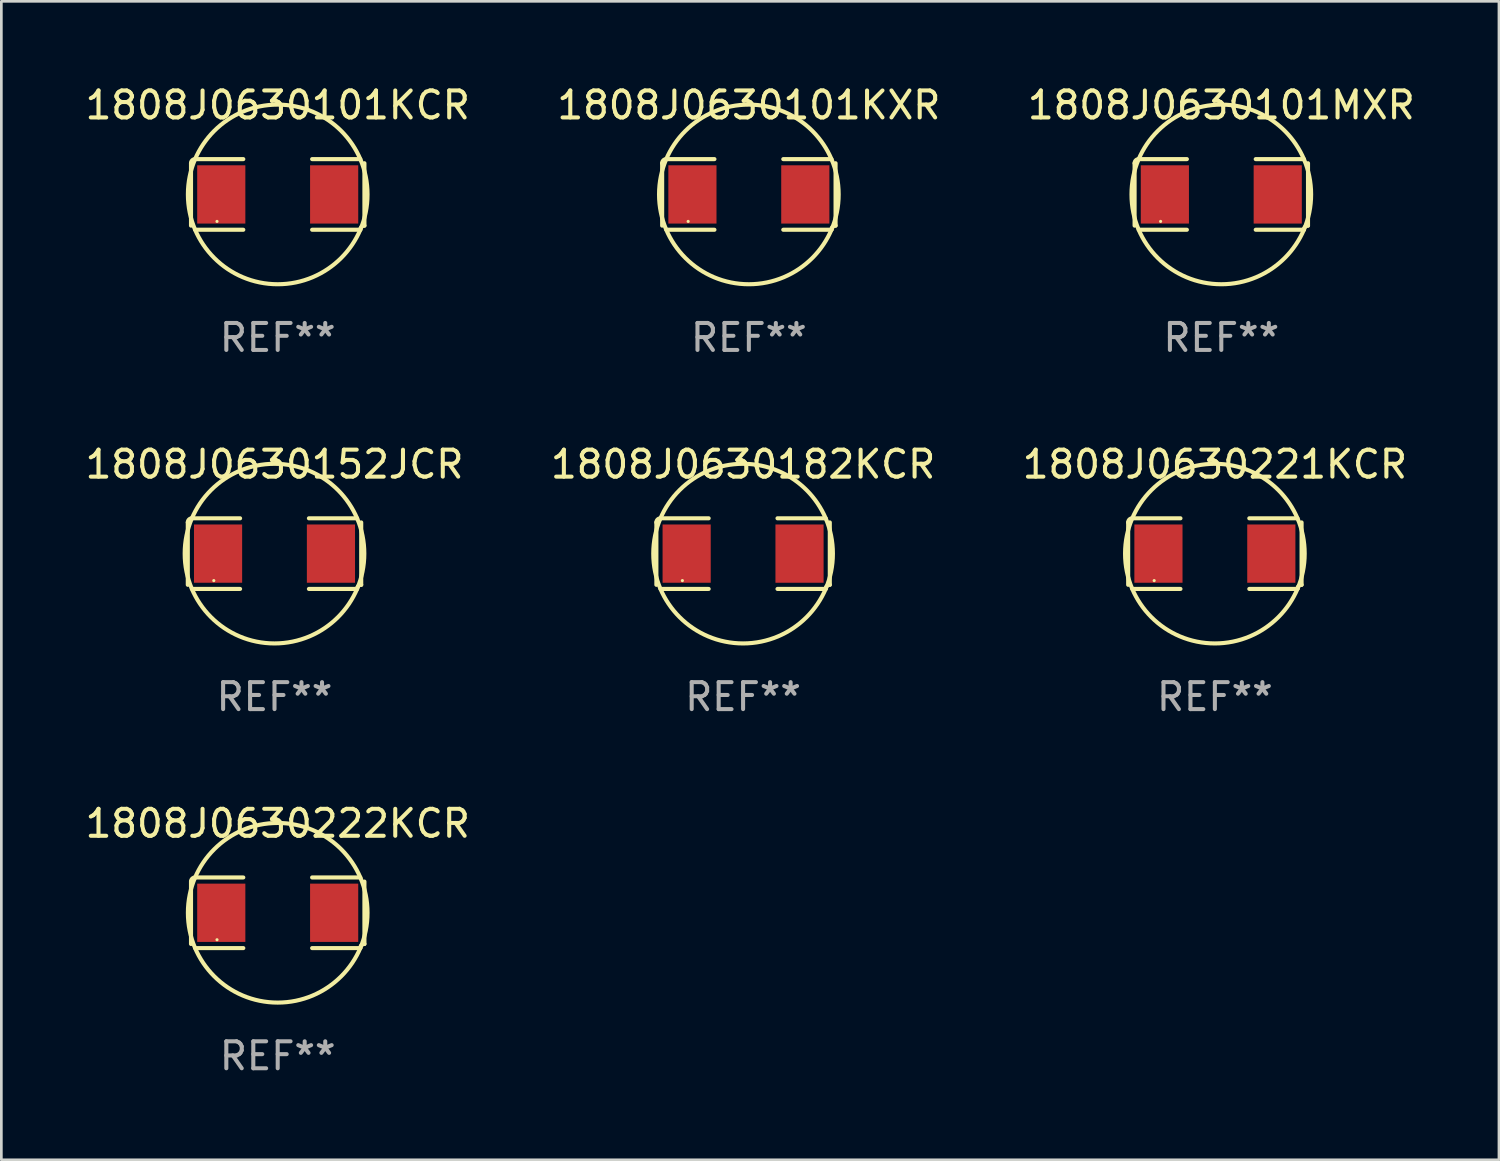
<source format=kicad_pcb>
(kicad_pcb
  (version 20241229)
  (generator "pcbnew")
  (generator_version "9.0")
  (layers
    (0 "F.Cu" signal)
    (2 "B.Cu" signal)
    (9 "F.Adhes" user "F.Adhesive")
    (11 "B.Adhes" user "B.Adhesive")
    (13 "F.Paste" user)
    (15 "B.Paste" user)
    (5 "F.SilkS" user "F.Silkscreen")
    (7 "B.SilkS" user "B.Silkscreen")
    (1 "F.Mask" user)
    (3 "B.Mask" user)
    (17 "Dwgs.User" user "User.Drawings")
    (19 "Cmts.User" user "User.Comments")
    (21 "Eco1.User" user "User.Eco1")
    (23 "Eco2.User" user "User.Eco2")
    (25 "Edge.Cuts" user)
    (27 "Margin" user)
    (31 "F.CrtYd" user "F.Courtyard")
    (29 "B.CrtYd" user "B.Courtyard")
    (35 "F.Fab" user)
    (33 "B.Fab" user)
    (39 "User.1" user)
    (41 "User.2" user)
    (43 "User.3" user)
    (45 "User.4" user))
  (footprint "1808J0630152JCR"
    (layer "F.Cu")
    (at 7.125 17.471)
    (property "Reference" "1808J0630152JCR" (at 0 -3.309 0) (layer "F.SilkS") (effects (font (size 1 1) (thickness 0.15))))
    (attr through_hole)
    (fp_line (start -3.214 -1.156) (end -3.214 1.156) (stroke (width 0.152) (type solid)) (layer "F.SilkS"))
    (fp_line (start -3.061 1.309) (end -1.276 1.309) (stroke (width 0.152) (type solid)) (layer "F.SilkS"))
    (fp_line (start -1.276 -1.309) (end -3.061 -1.309) (stroke (width 0.152) (type solid)) (layer "F.SilkS"))
    (fp_line (start 1.276 -1.309) (end 3.061 -1.309) (stroke (width 0.152) (type solid)) (layer "F.SilkS"))
    (fp_line (start 3.061 1.309) (end 1.276 1.309) (stroke (width 0.152) (type solid)) (layer "F.SilkS"))
    (fp_line (start 3.214 -1.156) (end 3.214 1.156) (stroke (width 0.152) (type solid)) (layer "F.SilkS"))
    (fp_arc (start -3.21359 -1.15621) (mid -3.168953 -1.263974) (end -3.061189 -1.308611) (stroke (width 0.1524) (type solid)) (layer "F.SilkS"))
    (fp_arc (start 3.061188 1.308611) (mid 3.105825 1.200847) (end 3.213589 1.15621) (stroke (width 0.1524) (type solid)) (layer "F.SilkS"))
    (fp_arc (start 3.061189 -1.308611) (mid -3.061167 1.308589) (end 3.061189 -1.308611) (stroke (width 0.1524) (type solid)) (layer "F.SilkS"))
    (fp_circle (center -2.25 1) (end -2.22 1) (stroke (width 0.06) (type solid)) (fill no) (layer "F.SilkS"))
    (fp_text user "REF**" (at 0 5.309 0) (layer "F.Fab") (effects (font (size 1 1) (thickness 0.15))))
    (pad "1" smd rect (at -2.092 0) (size 1.785 2.16) (layers "F.Cu" "F.Mask" "F.Paste"))
    (pad "2" smd rect (at 2.092 0) (size 1.785 2.16) (layers "F.Cu" "F.Mask" "F.Paste")))
  (footprint "1808J0630101KXR"
    (layer "F.Cu")
    (at 24.708 4.157)
    (property "Reference" "1808J0630101KXR" (at 0 -3.309 0) (layer "F.SilkS") (effects (font (size 1 1) (thickness 0.15))))
    (attr through_hole)
    (fp_line (start -3.214 -1.156) (end -3.214 1.156) (stroke (width 0.152) (type solid)) (layer "F.SilkS"))
    (fp_line (start -3.061 1.309) (end -1.276 1.309) (stroke (width 0.152) (type solid)) (layer "F.SilkS"))
    (fp_line (start -1.276 -1.309) (end -3.061 -1.309) (stroke (width 0.152) (type solid)) (layer "F.SilkS"))
    (fp_line (start 1.276 -1.309) (end 3.061 -1.309) (stroke (width 0.152) (type solid)) (layer "F.SilkS"))
    (fp_line (start 3.061 1.309) (end 1.276 1.309) (stroke (width 0.152) (type solid)) (layer "F.SilkS"))
    (fp_line (start 3.214 -1.156) (end 3.214 1.156) (stroke (width 0.152) (type solid)) (layer "F.SilkS"))
    (fp_arc (start -3.21359 -1.15621) (mid -3.168953 -1.263974) (end -3.061189 -1.308611) (stroke (width 0.1524) (type solid)) (layer "F.SilkS"))
    (fp_arc (start 3.061188 1.308611) (mid 3.105825 1.200847) (end 3.213589 1.15621) (stroke (width 0.1524) (type solid)) (layer "F.SilkS"))
    (fp_arc (start 3.061189 -1.308611) (mid -3.061167 1.308589) (end 3.061189 -1.308611) (stroke (width 0.1524) (type solid)) (layer "F.SilkS"))
    (fp_circle (center -2.25 1) (end -2.22 1) (stroke (width 0.06) (type solid)) (fill no) (layer "F.SilkS"))
    (fp_text user "REF**" (at 0 5.309 0) (layer "F.Fab") (effects (font (size 1 1) (thickness 0.15))))
    (pad "1" smd rect (at -2.092 0) (size 1.785 2.16) (layers "F.Cu" "F.Mask" "F.Paste"))
    (pad "2" smd rect (at 2.092 0) (size 1.785 2.16) (layers "F.Cu" "F.Mask" "F.Paste")))
  (footprint "1808J0630182KCR"
    (layer "F.Cu")
    (at 24.494 17.471)
    (property "Reference" "1808J0630182KCR" (at 0 -3.309 0) (layer "F.SilkS") (effects (font (size 1 1) (thickness 0.15))))
    (attr through_hole)
    (fp_line (start -3.214 -1.156) (end -3.214 1.156) (stroke (width 0.152) (type solid)) (layer "F.SilkS"))
    (fp_line (start -3.061 1.309) (end -1.276 1.309) (stroke (width 0.152) (type solid)) (layer "F.SilkS"))
    (fp_line (start -1.276 -1.309) (end -3.061 -1.309) (stroke (width 0.152) (type solid)) (layer "F.SilkS"))
    (fp_line (start 1.276 -1.309) (end 3.061 -1.309) (stroke (width 0.152) (type solid)) (layer "F.SilkS"))
    (fp_line (start 3.061 1.309) (end 1.276 1.309) (stroke (width 0.152) (type solid)) (layer "F.SilkS"))
    (fp_line (start 3.214 -1.156) (end 3.214 1.156) (stroke (width 0.152) (type solid)) (layer "F.SilkS"))
    (fp_arc (start -3.21359 -1.15621) (mid -3.168953 -1.263974) (end -3.061189 -1.308611) (stroke (width 0.1524) (type solid)) (layer "F.SilkS"))
    (fp_arc (start 3.061188 1.308611) (mid 3.105825 1.200847) (end 3.213589 1.15621) (stroke (width 0.1524) (type solid)) (layer "F.SilkS"))
    (fp_arc (start 3.061189 -1.308611) (mid -3.061167 1.308589) (end 3.061189 -1.308611) (stroke (width 0.1524) (type solid)) (layer "F.SilkS"))
    (fp_circle (center -2.25 1) (end -2.22 1) (stroke (width 0.06) (type solid)) (fill no) (layer "F.SilkS"))
    (fp_text user "REF**" (at 0 5.309 0) (layer "F.Fab") (effects (font (size 1 1) (thickness 0.15))))
    (pad "1" smd rect (at -2.092 0) (size 1.785 2.16) (layers "F.Cu" "F.Mask" "F.Paste"))
    (pad "2" smd rect (at 2.092 0) (size 1.785 2.16) (layers "F.Cu" "F.Mask" "F.Paste")))
  (footprint "1808J0630222KCR"
    (layer "F.Cu")
    (at 7.244 30.784)
    (property "Reference" "1808J0630222KCR" (at 0 -3.309 0) (layer "F.SilkS") (effects (font (size 1 1) (thickness 0.15))))
    (attr through_hole)
    (fp_line (start -3.214 -1.156) (end -3.214 1.156) (stroke (width 0.152) (type solid)) (layer "F.SilkS"))
    (fp_line (start -3.061 1.309) (end -1.276 1.309) (stroke (width 0.152) (type solid)) (layer "F.SilkS"))
    (fp_line (start -1.276 -1.309) (end -3.061 -1.309) (stroke (width 0.152) (type solid)) (layer "F.SilkS"))
    (fp_line (start 1.276 -1.309) (end 3.061 -1.309) (stroke (width 0.152) (type solid)) (layer "F.SilkS"))
    (fp_line (start 3.061 1.309) (end 1.276 1.309) (stroke (width 0.152) (type solid)) (layer "F.SilkS"))
    (fp_line (start 3.214 -1.156) (end 3.214 1.156) (stroke (width 0.152) (type solid)) (layer "F.SilkS"))
    (fp_arc (start -3.21359 -1.15621) (mid -3.168953 -1.263974) (end -3.061189 -1.308611) (stroke (width 0.1524) (type solid)) (layer "F.SilkS"))
    (fp_arc (start 3.061188 1.308611) (mid 3.105825 1.200847) (end 3.213589 1.15621) (stroke (width 0.1524) (type solid)) (layer "F.SilkS"))
    (fp_arc (start 3.061189 -1.308611) (mid -3.061167 1.308589) (end 3.061189 -1.308611) (stroke (width 0.1524) (type solid)) (layer "F.SilkS"))
    (fp_circle (center -2.25 1) (end -2.22 1) (stroke (width 0.06) (type solid)) (fill no) (layer "F.SilkS"))
    (fp_text user "REF**" (at 0 5.309 0) (layer "F.Fab") (effects (font (size 1 1) (thickness 0.15))))
    (pad "1" smd rect (at -2.092 0) (size 1.785 2.16) (layers "F.Cu" "F.Mask" "F.Paste"))
    (pad "2" smd rect (at 2.092 0) (size 1.785 2.16) (layers "F.Cu" "F.Mask" "F.Paste")))
  (footprint "1808J0630101MXR"
    (layer "F.Cu")
    (at 42.22 4.157)
    (property "Reference" "1808J0630101MXR" (at 0 -3.309 0) (layer "F.SilkS") (effects (font (size 1 1) (thickness 0.15))))
    (attr through_hole)
    (fp_line (start -3.214 -1.156) (end -3.214 1.156) (stroke (width 0.152) (type solid)) (layer "F.SilkS"))
    (fp_line (start -3.061 1.309) (end -1.276 1.309) (stroke (width 0.152) (type solid)) (layer "F.SilkS"))
    (fp_line (start -1.276 -1.309) (end -3.061 -1.309) (stroke (width 0.152) (type solid)) (layer "F.SilkS"))
    (fp_line (start 1.276 -1.309) (end 3.061 -1.309) (stroke (width 0.152) (type solid)) (layer "F.SilkS"))
    (fp_line (start 3.061 1.309) (end 1.276 1.309) (stroke (width 0.152) (type solid)) (layer "F.SilkS"))
    (fp_line (start 3.214 -1.156) (end 3.214 1.156) (stroke (width 0.152) (type solid)) (layer "F.SilkS"))
    (fp_arc (start -3.21359 -1.15621) (mid -3.168953 -1.263974) (end -3.061189 -1.308611) (stroke (width 0.1524) (type solid)) (layer "F.SilkS"))
    (fp_arc (start 3.061188 1.308611) (mid 3.105825 1.200847) (end 3.213589 1.15621) (stroke (width 0.1524) (type solid)) (layer "F.SilkS"))
    (fp_arc (start 3.061189 -1.308611) (mid -3.061167 1.308589) (end 3.061189 -1.308611) (stroke (width 0.1524) (type solid)) (layer "F.SilkS"))
    (fp_circle (center -2.25 1) (end -2.22 1) (stroke (width 0.06) (type solid)) (fill no) (layer "F.SilkS"))
    (fp_text user "REF**" (at 0 5.309 0) (layer "F.Fab") (effects (font (size 1 1) (thickness 0.15))))
    (pad "1" smd rect (at -2.092 0) (size 1.785 2.16) (layers "F.Cu" "F.Mask" "F.Paste"))
    (pad "2" smd rect (at 2.092 0) (size 1.785 2.16) (layers "F.Cu" "F.Mask" "F.Paste")))
  (footprint "1808J0630101KCR"
    (layer "F.Cu")
    (at 7.244 4.157)
    (property "Reference" "1808J0630101KCR" (at 0 -3.309 0) (layer "F.SilkS") (effects (font (size 1 1) (thickness 0.15))))
    (attr through_hole)
    (fp_line (start -3.214 -1.156) (end -3.214 1.156) (stroke (width 0.152) (type solid)) (layer "F.SilkS"))
    (fp_line (start -3.061 1.309) (end -1.276 1.309) (stroke (width 0.152) (type solid)) (layer "F.SilkS"))
    (fp_line (start -1.276 -1.309) (end -3.061 -1.309) (stroke (width 0.152) (type solid)) (layer "F.SilkS"))
    (fp_line (start 1.276 -1.309) (end 3.061 -1.309) (stroke (width 0.152) (type solid)) (layer "F.SilkS"))
    (fp_line (start 3.061 1.309) (end 1.276 1.309) (stroke (width 0.152) (type solid)) (layer "F.SilkS"))
    (fp_line (start 3.214 -1.156) (end 3.214 1.156) (stroke (width 0.152) (type solid)) (layer "F.SilkS"))
    (fp_arc (start -3.21359 -1.15621) (mid -3.168953 -1.263974) (end -3.061189 -1.308611) (stroke (width 0.1524) (type solid)) (layer "F.SilkS"))
    (fp_arc (start 3.061188 1.308611) (mid 3.105825 1.200847) (end 3.213589 1.15621) (stroke (width 0.1524) (type solid)) (layer "F.SilkS"))
    (fp_arc (start 3.061189 -1.308611) (mid -3.061167 1.308589) (end 3.061189 -1.308611) (stroke (width 0.1524) (type solid)) (layer "F.SilkS"))
    (fp_circle (center -2.25 1) (end -2.22 1) (stroke (width 0.06) (type solid)) (fill no) (layer "F.SilkS"))
    (fp_text user "REF**" (at 0 5.309 0) (layer "F.Fab") (effects (font (size 1 1) (thickness 0.15))))
    (pad "1" smd rect (at -2.092 0) (size 1.785 2.16) (layers "F.Cu" "F.Mask" "F.Paste"))
    (pad "2" smd rect (at 2.092 0) (size 1.785 2.16) (layers "F.Cu" "F.Mask" "F.Paste")))
  (footprint "1808J0630221KCR"
    (layer "F.Cu")
    (at 41.982 17.471)
    (property "Reference" "1808J0630221KCR" (at 0 -3.309 0) (layer "F.SilkS") (effects (font (size 1 1) (thickness 0.15))))
    (attr through_hole)
    (fp_line (start -3.214 -1.156) (end -3.214 1.156) (stroke (width 0.152) (type solid)) (layer "F.SilkS"))
    (fp_line (start -3.061 1.309) (end -1.276 1.309) (stroke (width 0.152) (type solid)) (layer "F.SilkS"))
    (fp_line (start -1.276 -1.309) (end -3.061 -1.309) (stroke (width 0.152) (type solid)) (layer "F.SilkS"))
    (fp_line (start 1.276 -1.309) (end 3.061 -1.309) (stroke (width 0.152) (type solid)) (layer "F.SilkS"))
    (fp_line (start 3.061 1.309) (end 1.276 1.309) (stroke (width 0.152) (type solid)) (layer "F.SilkS"))
    (fp_line (start 3.214 -1.156) (end 3.214 1.156) (stroke (width 0.152) (type solid)) (layer "F.SilkS"))
    (fp_arc (start -3.21359 -1.15621) (mid -3.168953 -1.263974) (end -3.061189 -1.308611) (stroke (width 0.1524) (type solid)) (layer "F.SilkS"))
    (fp_arc (start 3.061188 1.308611) (mid 3.105825 1.200847) (end 3.213589 1.15621) (stroke (width 0.1524) (type solid)) (layer "F.SilkS"))
    (fp_arc (start 3.061189 -1.308611) (mid -3.061167 1.308589) (end 3.061189 -1.308611) (stroke (width 0.1524) (type solid)) (layer "F.SilkS"))
    (fp_circle (center -2.25 1) (end -2.22 1) (stroke (width 0.06) (type solid)) (fill no) (layer "F.SilkS"))
    (fp_text user "REF**" (at 0 5.309 0) (layer "F.Fab") (effects (font (size 1 1) (thickness 0.15))))
    (pad "1" smd rect (at -2.092 0) (size 1.785 2.16) (layers "F.Cu" "F.Mask" "F.Paste"))
    (pad "2" smd rect (at 2.092 0) (size 1.785 2.16) (layers "F.Cu" "F.Mask" "F.Paste")))
  (gr_rect
    (start -3 -3)
    (end 52.512 39.941)
    (stroke (width 0.1) (type default))
    (fill no)
    (layer "Edge.Cuts")))
</source>
